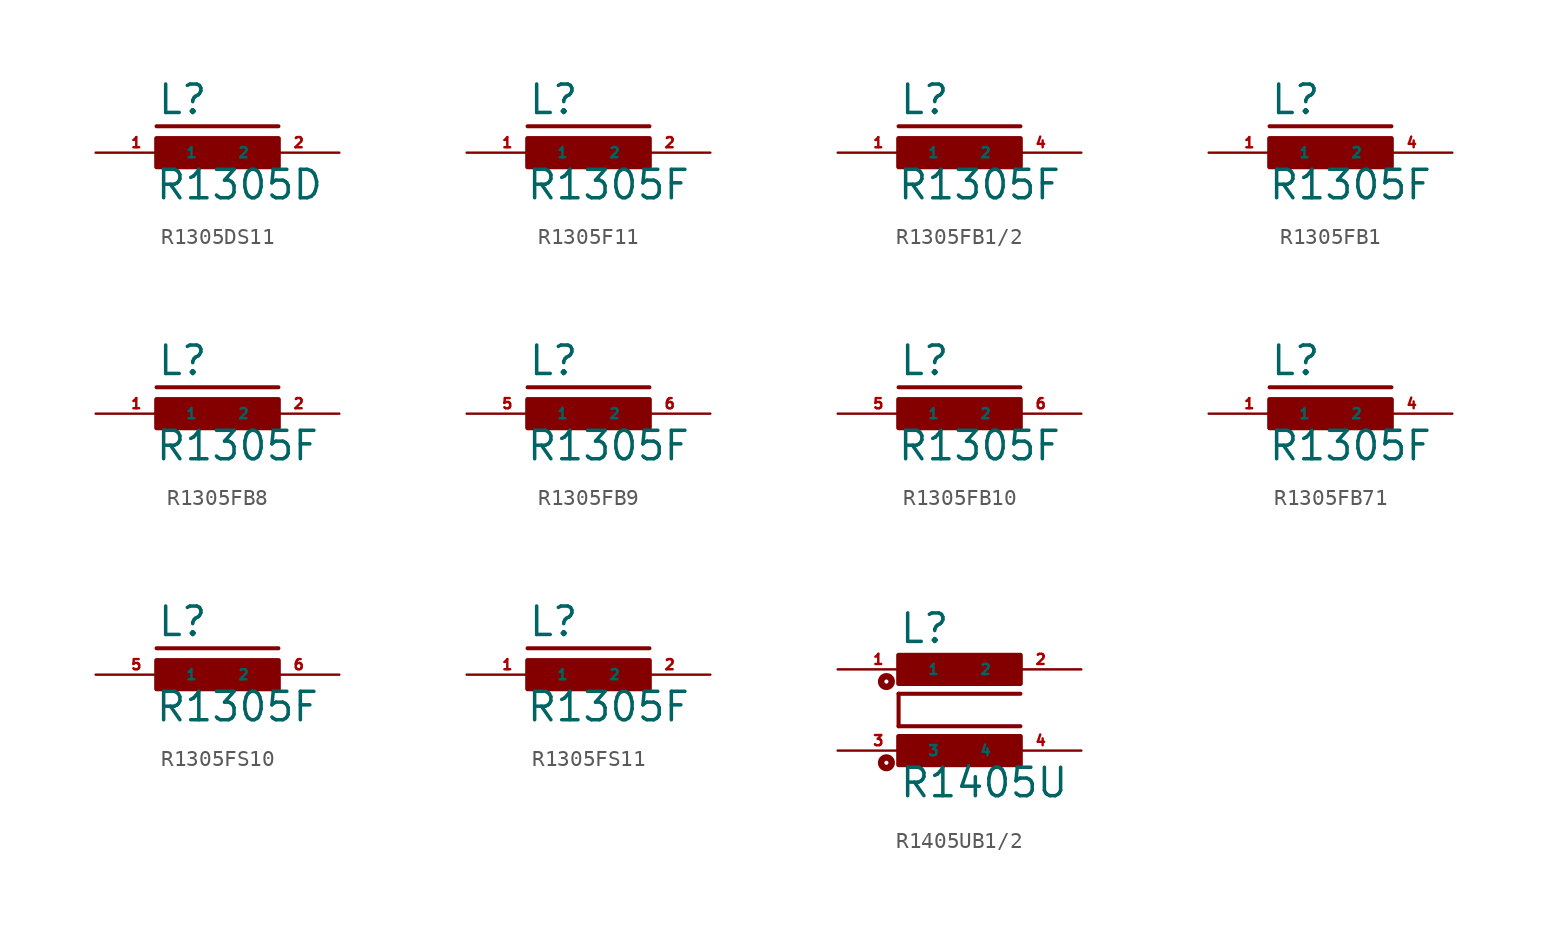
<source format=kicad_sym>
(kicad_symbol_lib
  (version 20220914)
  (generator Eagle2Kicad)
  (symbol "R1305DS11"
    (property "Reference" "L"
      (at -3.81 2.286 0)
      (effects (font (size 1.778 1.778) (thickness 0.22)) (justify left bottom)))
    (property "Value" "R1305D"
      (at -3.937 -3.048 0)
      (effects (font (size 1.778 1.778) (thickness 0.22)) (justify left bottom)))
    (polyline
      (pts (xy -3.81 1.651) (xy 3.81 1.651))
      (stroke (width 0.254) (type default))
      (fill (type none)))
    (rectangle
      (start -3.81 -0.889)
      (end 3.81 0.889)
      (stroke (width 0.3) (type default))
      (fill (type outline)))
    (pin passive line
      (at 7.62 0 180)
      (length 5.08)
      (name "2" (effects (font (size 0.635 0.635) (thickness 0.08)) (justify left bottom)))
      (number "2" (effects (font (size 0.635 0.635) (thickness 0.08)) (justify left bottom))))
    (pin passive line
      (at -7.62 0 0)
      (length 5.08)
      (name "1" (effects (font (size 0.635 0.635) (thickness 0.08)) (justify left bottom)))
      (number "1" (effects (font (size 0.635 0.635) (thickness 0.08)) (justify left bottom)))))
  (symbol "R1305F11"
    (property "Reference" "L"
      (at -3.81 2.286 0)
      (effects (font (size 1.778 1.778) (thickness 0.22)) (justify left bottom)))
    (property "Value" "R1305F"
      (at -3.937 -3.048 0)
      (effects (font (size 1.778 1.778) (thickness 0.22)) (justify left bottom)))
    (polyline
      (pts (xy -3.81 1.651) (xy 3.81 1.651))
      (stroke (width 0.254) (type default))
      (fill (type none)))
    (rectangle
      (start -3.81 -0.889)
      (end 3.81 0.889)
      (stroke (width 0.3) (type default))
      (fill (type outline)))
    (pin passive line
      (at 7.62 0 180)
      (length 5.08)
      (name "2" (effects (font (size 0.635 0.635) (thickness 0.08)) (justify left bottom)))
      (number "2" (effects (font (size 0.635 0.635) (thickness 0.08)) (justify left bottom))))
    (pin passive line
      (at -7.62 0 0)
      (length 5.08)
      (name "1" (effects (font (size 0.635 0.635) (thickness 0.08)) (justify left bottom)))
      (number "1" (effects (font (size 0.635 0.635) (thickness 0.08)) (justify left bottom)))))
  (symbol "R1305FB1/2"
    (property "Reference" "L"
      (at -3.81 2.286 0)
      (effects (font (size 1.778 1.778) (thickness 0.22)) (justify left bottom)))
    (property "Value" "R1305F"
      (at -3.937 -3.048 0)
      (effects (font (size 1.778 1.778) (thickness 0.22)) (justify left bottom)))
    (polyline
      (pts (xy -3.81 1.651) (xy 3.81 1.651))
      (stroke (width 0.254) (type default))
      (fill (type none)))
    (rectangle
      (start -3.81 -0.889)
      (end 3.81 0.889)
      (stroke (width 0.3) (type default))
      (fill (type outline)))
    (pin passive line
      (at 7.62 0 180)
      (length 5.08)
      (name "2" (effects (font (size 0.635 0.635) (thickness 0.08)) (justify left bottom)))
      (number "4" (effects (font (size 0.635 0.635) (thickness 0.08)) (justify left bottom))))
    (pin passive line
      (at -7.62 0 0)
      (length 5.08)
      (name "1" (effects (font (size 0.635 0.635) (thickness 0.08)) (justify left bottom)))
      (number "1" (effects (font (size 0.635 0.635) (thickness 0.08)) (justify left bottom)))))
  (symbol "R1305FB1"
    (property "Reference" "L"
      (at -3.81 2.286 0)
      (effects (font (size 1.778 1.778) (thickness 0.22)) (justify left bottom)))
    (property "Value" "R1305F"
      (at -3.937 -3.048 0)
      (effects (font (size 1.778 1.778) (thickness 0.22)) (justify left bottom)))
    (polyline
      (pts (xy -3.81 1.651) (xy 3.81 1.651))
      (stroke (width 0.254) (type default))
      (fill (type none)))
    (rectangle
      (start -3.81 -0.889)
      (end 3.81 0.889)
      (stroke (width 0.3) (type default))
      (fill (type outline)))
    (pin passive line
      (at 7.62 0 180)
      (length 5.08)
      (name "2" (effects (font (size 0.635 0.635) (thickness 0.08)) (justify left bottom)))
      (number "4" (effects (font (size 0.635 0.635) (thickness 0.08)) (justify left bottom))))
    (pin passive line
      (at -7.62 0 0)
      (length 5.08)
      (name "1" (effects (font (size 0.635 0.635) (thickness 0.08)) (justify left bottom)))
      (number "1" (effects (font (size 0.635 0.635) (thickness 0.08)) (justify left bottom)))))
  (symbol "R1305FB8"
    (property "Reference" "L"
      (at -3.81 2.286 0)
      (effects (font (size 1.778 1.778) (thickness 0.22)) (justify left bottom)))
    (property "Value" "R1305F"
      (at -3.937 -3.048 0)
      (effects (font (size 1.778 1.778) (thickness 0.22)) (justify left bottom)))
    (polyline
      (pts (xy -3.81 1.651) (xy 3.81 1.651))
      (stroke (width 0.254) (type default))
      (fill (type none)))
    (rectangle
      (start -3.81 -0.889)
      (end 3.81 0.889)
      (stroke (width 0.3) (type default))
      (fill (type outline)))
    (pin passive line
      (at 7.62 0 180)
      (length 5.08)
      (name "2" (effects (font (size 0.635 0.635) (thickness 0.08)) (justify left bottom)))
      (number "2" (effects (font (size 0.635 0.635) (thickness 0.08)) (justify left bottom))))
    (pin passive line
      (at -7.62 0 0)
      (length 5.08)
      (name "1" (effects (font (size 0.635 0.635) (thickness 0.08)) (justify left bottom)))
      (number "1" (effects (font (size 0.635 0.635) (thickness 0.08)) (justify left bottom)))))
  (symbol "R1305FB9"
    (property "Reference" "L"
      (at -3.81 2.286 0)
      (effects (font (size 1.778 1.778) (thickness 0.22)) (justify left bottom)))
    (property "Value" "R1305F"
      (at -3.937 -3.048 0)
      (effects (font (size 1.778 1.778) (thickness 0.22)) (justify left bottom)))
    (polyline
      (pts (xy -3.81 1.651) (xy 3.81 1.651))
      (stroke (width 0.254) (type default))
      (fill (type none)))
    (rectangle
      (start -3.81 -0.889)
      (end 3.81 0.889)
      (stroke (width 0.3) (type default))
      (fill (type outline)))
    (pin passive line
      (at 7.62 0 180)
      (length 5.08)
      (name "2" (effects (font (size 0.635 0.635) (thickness 0.08)) (justify left bottom)))
      (number "6" (effects (font (size 0.635 0.635) (thickness 0.08)) (justify left bottom))))
    (pin passive line
      (at -7.62 0 0)
      (length 5.08)
      (name "1" (effects (font (size 0.635 0.635) (thickness 0.08)) (justify left bottom)))
      (number "5" (effects (font (size 0.635 0.635) (thickness 0.08)) (justify left bottom)))))
  (symbol "R1305FB10"
    (property "Reference" "L"
      (at -3.81 2.286 0)
      (effects (font (size 1.778 1.778) (thickness 0.22)) (justify left bottom)))
    (property "Value" "R1305F"
      (at -3.937 -3.048 0)
      (effects (font (size 1.778 1.778) (thickness 0.22)) (justify left bottom)))
    (polyline
      (pts (xy -3.81 1.651) (xy 3.81 1.651))
      (stroke (width 0.254) (type default))
      (fill (type none)))
    (rectangle
      (start -3.81 -0.889)
      (end 3.81 0.889)
      (stroke (width 0.3) (type default))
      (fill (type outline)))
    (pin passive line
      (at 7.62 0 180)
      (length 5.08)
      (name "2" (effects (font (size 0.635 0.635) (thickness 0.08)) (justify left bottom)))
      (number "6" (effects (font (size 0.635 0.635) (thickness 0.08)) (justify left bottom))))
    (pin passive line
      (at -7.62 0 0)
      (length 5.08)
      (name "1" (effects (font (size 0.635 0.635) (thickness 0.08)) (justify left bottom)))
      (number "5" (effects (font (size 0.635 0.635) (thickness 0.08)) (justify left bottom)))))
  (symbol "R1305FB71"
    (property "Reference" "L"
      (at -3.81 2.286 0)
      (effects (font (size 1.778 1.778) (thickness 0.22)) (justify left bottom)))
    (property "Value" "R1305F"
      (at -3.937 -3.048 0)
      (effects (font (size 1.778 1.778) (thickness 0.22)) (justify left bottom)))
    (polyline
      (pts (xy -3.81 1.651) (xy 3.81 1.651))
      (stroke (width 0.254) (type default))
      (fill (type none)))
    (rectangle
      (start -3.81 -0.889)
      (end 3.81 0.889)
      (stroke (width 0.3) (type default))
      (fill (type outline)))
    (pin passive line
      (at 7.62 0 180)
      (length 5.08)
      (name "2" (effects (font (size 0.635 0.635) (thickness 0.08)) (justify left bottom)))
      (number "4" (effects (font (size 0.635 0.635) (thickness 0.08)) (justify left bottom))))
    (pin passive line
      (at -7.62 0 0)
      (length 5.08)
      (name "1" (effects (font (size 0.635 0.635) (thickness 0.08)) (justify left bottom)))
      (number "1" (effects (font (size 0.635 0.635) (thickness 0.08)) (justify left bottom)))))
  (symbol "R1305FS10"
    (property "Reference" "L"
      (at -3.81 2.286 0)
      (effects (font (size 1.778 1.778) (thickness 0.22)) (justify left bottom)))
    (property "Value" "R1305F"
      (at -3.937 -3.048 0)
      (effects (font (size 1.778 1.778) (thickness 0.22)) (justify left bottom)))
    (polyline
      (pts (xy -3.81 1.651) (xy 3.81 1.651))
      (stroke (width 0.254) (type default))
      (fill (type none)))
    (rectangle
      (start -3.81 -0.889)
      (end 3.81 0.889)
      (stroke (width 0.3) (type default))
      (fill (type outline)))
    (pin passive line
      (at 7.62 0 180)
      (length 5.08)
      (name "2" (effects (font (size 0.635 0.635) (thickness 0.08)) (justify left bottom)))
      (number "6" (effects (font (size 0.635 0.635) (thickness 0.08)) (justify left bottom))))
    (pin passive line
      (at -7.62 0 0)
      (length 5.08)
      (name "1" (effects (font (size 0.635 0.635) (thickness 0.08)) (justify left bottom)))
      (number "5" (effects (font (size 0.635 0.635) (thickness 0.08)) (justify left bottom)))))
  (symbol "R1305FS11"
    (property "Reference" "L"
      (at -3.81 2.286 0)
      (effects (font (size 1.778 1.778) (thickness 0.22)) (justify left bottom)))
    (property "Value" "R1305F"
      (at -3.937 -3.048 0)
      (effects (font (size 1.778 1.778) (thickness 0.22)) (justify left bottom)))
    (polyline
      (pts (xy -3.81 1.651) (xy 3.81 1.651))
      (stroke (width 0.254) (type default))
      (fill (type none)))
    (rectangle
      (start -3.81 -0.889)
      (end 3.81 0.889)
      (stroke (width 0.3) (type default))
      (fill (type outline)))
    (pin passive line
      (at 7.62 0 180)
      (length 5.08)
      (name "2" (effects (font (size 0.635 0.635) (thickness 0.08)) (justify left bottom)))
      (number "2" (effects (font (size 0.635 0.635) (thickness 0.08)) (justify left bottom))))
    (pin passive line
      (at -7.62 0 0)
      (length 5.08)
      (name "1" (effects (font (size 0.635 0.635) (thickness 0.08)) (justify left bottom)))
      (number "1" (effects (font (size 0.635 0.635) (thickness 0.08)) (justify left bottom)))))
  (symbol "R1405UB1/2"
    (property "Reference" "L"
      (at -3.81 4.064 0)
      (effects (font (size 1.778 1.778) (thickness 0.22)) (justify left bottom)))
    (property "Value" "R1405U"
      (at -3.81 -5.588 0)
      (effects (font (size 1.778 1.778) (thickness 0.22)) (justify left bottom)))
    (polyline
      (pts (xy 3.81 1.016) (xy -3.81 1.016))
      (stroke (width 0.254) (type default))
      (fill (type none)))
    (polyline
      (pts (xy -3.81 -1.016) (xy -3.81 1.016))
      (stroke (width 0.254) (type default))
      (fill (type none)))
    (polyline
      (pts (xy -3.81 -1.016) (xy 3.81 -1.016))
      (stroke (width 0.254) (type default))
      (fill (type none)))
    (circle
      (center -4.572 -3.302)
      (radius 0.127)
      (stroke (width 0.406) (type default))
      (fill (type none)))
    (circle
      (center -4.572 1.778)
      (radius 0.127)
      (stroke (width 0.406) (type default))
      (fill (type none)))
    (rectangle
      (start -3.81 1.651)
      (end 3.81 3.429)
      (stroke (width 0.3) (type default))
      (fill (type outline)))
    (rectangle
      (start -3.81 -3.429)
      (end 3.81 -1.651)
      (stroke (width 0.3) (type default))
      (fill (type outline)))
    (pin passive line
      (at 7.62 2.54 180)
      (length 5.08)
      (name "2" (effects (font (size 0.635 0.635) (thickness 0.08)) (justify left bottom)))
      (number "2" (effects (font (size 0.635 0.635) (thickness 0.08)) (justify left bottom))))
    (pin passive line
      (at -7.62 2.54 0)
      (length 5.08)
      (name "1" (effects (font (size 0.635 0.635) (thickness 0.08)) (justify left bottom)))
      (number "1" (effects (font (size 0.635 0.635) (thickness 0.08)) (justify left bottom))))
    (pin passive line
      (at -7.62 -2.54 0)
      (length 5.08)
      (name "3" (effects (font (size 0.635 0.635) (thickness 0.08)) (justify left bottom)))
      (number "3" (effects (font (size 0.635 0.635) (thickness 0.08)) (justify left bottom))))
    (pin passive line
      (at 7.62 -2.54 180)
      (length 5.08)
      (name "4" (effects (font (size 0.635 0.635) (thickness 0.08)) (justify left bottom)))
      (number "4" (effects (font (size 0.635 0.635) (thickness 0.08)) (justify left bottom))))))
</source>
